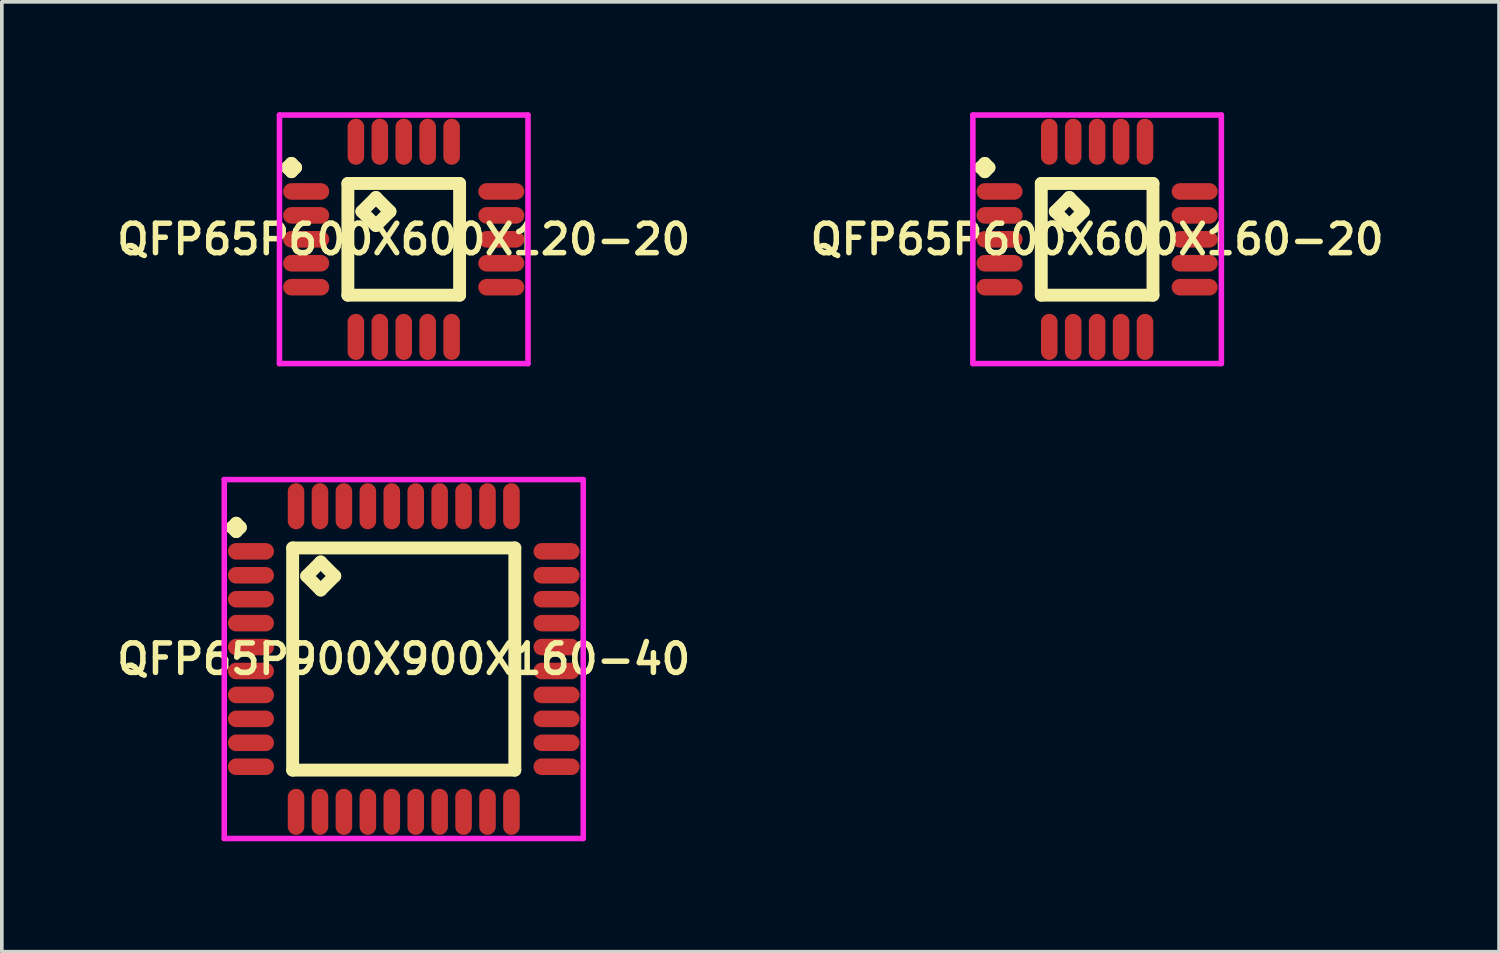
<source format=kicad_pcb>
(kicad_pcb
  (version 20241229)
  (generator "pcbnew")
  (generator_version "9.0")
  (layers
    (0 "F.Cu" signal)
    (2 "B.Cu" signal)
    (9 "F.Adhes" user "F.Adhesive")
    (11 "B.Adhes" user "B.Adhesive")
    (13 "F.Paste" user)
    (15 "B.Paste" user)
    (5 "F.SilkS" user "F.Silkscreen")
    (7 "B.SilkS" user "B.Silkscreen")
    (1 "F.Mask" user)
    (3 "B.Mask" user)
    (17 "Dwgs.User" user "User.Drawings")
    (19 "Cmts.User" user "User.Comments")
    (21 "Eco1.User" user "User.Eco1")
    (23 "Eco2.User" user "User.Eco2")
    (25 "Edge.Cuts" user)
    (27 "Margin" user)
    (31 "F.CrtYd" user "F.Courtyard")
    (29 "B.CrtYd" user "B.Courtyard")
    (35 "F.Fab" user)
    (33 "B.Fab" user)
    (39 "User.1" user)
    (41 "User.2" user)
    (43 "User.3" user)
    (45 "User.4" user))
  (footprint "QFP65P900X900X160-40"
    (layer "F.Cu")
    (at 7.916 14.85)
    (property "Reference" "QFP65P900X900X160-40" (at 0 0 0) (layer "F.SilkS") (effects (font (size 0.8 0.8) (thickness 0.15))))
    (attr smd)
    (fp_line (start -4.662 -3.575) (end -4.55 -3.688) (stroke (width 0.35) (type solid)) (layer "F.SilkS"))
    (fp_line (start -4.55 -3.688) (end -4.438 -3.575) (stroke (width 0.35) (type solid)) (layer "F.SilkS"))
    (fp_line (start -4.55 -3.462) (end -4.662 -3.575) (stroke (width 0.35) (type solid)) (layer "F.SilkS"))
    (fp_line (start -4.438 -3.575) (end -4.55 -3.462) (stroke (width 0.35) (type solid)) (layer "F.SilkS"))
    (fp_line (start -3.017 -3.017) (end -3.017 3.017) (stroke (width 0.35) (type solid)) (layer "F.SilkS"))
    (fp_line (start -3.017 3.017) (end 3.017 3.017) (stroke (width 0.35) (type solid)) (layer "F.SilkS"))
    (fp_line (start -2.636 -2.255) (end -2.255 -2.636) (stroke (width 0.35) (type solid)) (layer "F.SilkS"))
    (fp_line (start -2.255 -2.636) (end -1.874 -2.255) (stroke (width 0.35) (type solid)) (layer "F.SilkS"))
    (fp_line (start -2.255 -1.874) (end -2.636 -2.255) (stroke (width 0.35) (type solid)) (layer "F.SilkS"))
    (fp_line (start -1.874 -2.255) (end -2.255 -1.874) (stroke (width 0.35) (type solid)) (layer "F.SilkS"))
    (fp_line (start 3.017 -3.017) (end -3.017 -3.017) (stroke (width 0.35) (type solid)) (layer "F.SilkS"))
    (fp_line (start 3.017 3.017) (end 3.017 -3.017) (stroke (width 0.35) (type solid)) (layer "F.SilkS"))
    (fp_line (start -4.875 -4.875) (end 4.875 -4.875) (stroke (width 0.15) (type solid)) (layer "F.CrtYd"))
    (fp_line (start -4.875 4.875) (end -4.875 -4.875) (stroke (width 0.15) (type solid)) (layer "F.CrtYd"))
    (fp_line (start 4.875 -4.875) (end 4.875 4.875) (stroke (width 0.15) (type solid)) (layer "F.CrtYd"))
    (fp_line (start 4.875 4.875) (end -4.875 4.875) (stroke (width 0.15) (type solid)) (layer "F.CrtYd"))
    (pad "1" smd oval (at -4.15 -2.925) (size 1.25 0.45) (layers "F.Cu" "F.Mask" "F.Paste"))
    (pad "2" smd oval (at -4.15 -2.275) (size 1.25 0.45) (layers "F.Cu" "F.Mask" "F.Paste"))
    (pad "3" smd oval (at -4.15 -1.625) (size 1.25 0.45) (layers "F.Cu" "F.Mask" "F.Paste"))
    (pad "4" smd oval (at -4.15 -0.975) (size 1.25 0.45) (layers "F.Cu" "F.Mask" "F.Paste"))
    (pad "5" smd oval (at -4.15 -0.325) (size 1.25 0.45) (layers "F.Cu" "F.Mask" "F.Paste"))
    (pad "6" smd oval (at -4.15 0.325) (size 1.25 0.45) (layers "F.Cu" "F.Mask" "F.Paste"))
    (pad "7" smd oval (at -4.15 0.975) (size 1.25 0.45) (layers "F.Cu" "F.Mask" "F.Paste"))
    (pad "8" smd oval (at -4.15 1.625) (size 1.25 0.45) (layers "F.Cu" "F.Mask" "F.Paste"))
    (pad "9" smd oval (at -4.15 2.275) (size 1.25 0.45) (layers "F.Cu" "F.Mask" "F.Paste"))
    (pad "10" smd oval (at -4.15 2.925) (size 1.25 0.45) (layers "F.Cu" "F.Mask" "F.Paste"))
    (pad "11" smd oval (at -2.925 4.15) (size 0.45 1.25) (layers "F.Cu" "F.Mask" "F.Paste"))
    (pad "12" smd oval (at -2.275 4.15) (size 0.45 1.25) (layers "F.Cu" "F.Mask" "F.Paste"))
    (pad "13" smd oval (at -1.625 4.15) (size 0.45 1.25) (layers "F.Cu" "F.Mask" "F.Paste"))
    (pad "14" smd oval (at -0.975 4.15) (size 0.45 1.25) (layers "F.Cu" "F.Mask" "F.Paste"))
    (pad "15" smd oval (at -0.325 4.15) (size 0.45 1.25) (layers "F.Cu" "F.Mask" "F.Paste"))
    (pad "16" smd oval (at 0.325 4.15) (size 0.45 1.25) (layers "F.Cu" "F.Mask" "F.Paste"))
    (pad "17" smd oval (at 0.975 4.15) (size 0.45 1.25) (layers "F.Cu" "F.Mask" "F.Paste"))
    (pad "18" smd oval (at 1.625 4.15) (size 0.45 1.25) (layers "F.Cu" "F.Mask" "F.Paste"))
    (pad "19" smd oval (at 2.275 4.15) (size 0.45 1.25) (layers "F.Cu" "F.Mask" "F.Paste"))
    (pad "20" smd oval (at 2.925 4.15) (size 0.45 1.25) (layers "F.Cu" "F.Mask" "F.Paste"))
    (pad "21" smd oval (at 4.15 2.925) (size 1.25 0.45) (layers "F.Cu" "F.Mask" "F.Paste"))
    (pad "22" smd oval (at 4.15 2.275) (size 1.25 0.45) (layers "F.Cu" "F.Mask" "F.Paste"))
    (pad "23" smd oval (at 4.15 1.625) (size 1.25 0.45) (layers "F.Cu" "F.Mask" "F.Paste"))
    (pad "24" smd oval (at 4.15 0.975) (size 1.25 0.45) (layers "F.Cu" "F.Mask" "F.Paste"))
    (pad "25" smd oval (at 4.15 0.325) (size 1.25 0.45) (layers "F.Cu" "F.Mask" "F.Paste"))
    (pad "26" smd oval (at 4.15 -0.325) (size 1.25 0.45) (layers "F.Cu" "F.Mask" "F.Paste"))
    (pad "27" smd oval (at 4.15 -0.975) (size 1.25 0.45) (layers "F.Cu" "F.Mask" "F.Paste"))
    (pad "28" smd oval (at 4.15 -1.625) (size 1.25 0.45) (layers "F.Cu" "F.Mask" "F.Paste"))
    (pad "29" smd oval (at 4.15 -2.275) (size 1.25 0.45) (layers "F.Cu" "F.Mask" "F.Paste"))
    (pad "30" smd oval (at 4.15 -2.925) (size 1.25 0.45) (layers "F.Cu" "F.Mask" "F.Paste"))
    (pad "31" smd oval (at 2.925 -4.15) (size 0.45 1.25) (layers "F.Cu" "F.Mask" "F.Paste"))
    (pad "32" smd oval (at 2.275 -4.15) (size 0.45 1.25) (layers "F.Cu" "F.Mask" "F.Paste"))
    (pad "33" smd oval (at 1.625 -4.15) (size 0.45 1.25) (layers "F.Cu" "F.Mask" "F.Paste"))
    (pad "34" smd oval (at 0.975 -4.15) (size 0.45 1.25) (layers "F.Cu" "F.Mask" "F.Paste"))
    (pad "35" smd oval (at 0.325 -4.15) (size 0.45 1.25) (layers "F.Cu" "F.Mask" "F.Paste"))
    (pad "36" smd oval (at -0.325 -4.15) (size 0.45 1.25) (layers "F.Cu" "F.Mask" "F.Paste"))
    (pad "37" smd oval (at -0.975 -4.15) (size 0.45 1.25) (layers "F.Cu" "F.Mask" "F.Paste"))
    (pad "38" smd oval (at -1.625 -4.15) (size 0.45 1.25) (layers "F.Cu" "F.Mask" "F.Paste"))
    (pad "39" smd oval (at -2.275 -4.15) (size 0.45 1.25) (layers "F.Cu" "F.Mask" "F.Paste"))
    (pad "40" smd oval (at -2.925 -4.15) (size 0.45 1.25) (layers "F.Cu" "F.Mask" "F.Paste")))
  (footprint "QFP65P600X600X120-20"
    (layer "F.Cu")
    (at 7.916 3.45)
    (property "Reference" "QFP65P600X600X120-20" (at 0 0 0) (layer "F.SilkS") (effects (font (size 0.8 0.8) (thickness 0.15))))
    (attr smd)
    (fp_line (start -3.163 -1.95) (end -3.05 -2.062) (stroke (width 0.35) (type solid)) (layer "F.SilkS"))
    (fp_line (start -3.05 -2.062) (end -2.938 -1.95) (stroke (width 0.35) (type solid)) (layer "F.SilkS"))
    (fp_line (start -3.05 -1.837) (end -3.163 -1.95) (stroke (width 0.35) (type solid)) (layer "F.SilkS"))
    (fp_line (start -2.938 -1.95) (end -3.05 -1.837) (stroke (width 0.35) (type solid)) (layer "F.SilkS"))
    (fp_line (start -1.517 -1.517) (end -1.517 1.517) (stroke (width 0.35) (type solid)) (layer "F.SilkS"))
    (fp_line (start -1.517 1.517) (end 1.517 1.517) (stroke (width 0.35) (type solid)) (layer "F.SilkS"))
    (fp_line (start -1.136 -0.755) (end -0.755 -1.136) (stroke (width 0.35) (type solid)) (layer "F.SilkS"))
    (fp_line (start -0.755 -1.136) (end -0.374 -0.755) (stroke (width 0.35) (type solid)) (layer "F.SilkS"))
    (fp_line (start -0.755 -0.374) (end -1.136 -0.755) (stroke (width 0.35) (type solid)) (layer "F.SilkS"))
    (fp_line (start -0.374 -0.755) (end -0.755 -0.374) (stroke (width 0.35) (type solid)) (layer "F.SilkS"))
    (fp_line (start 1.517 -1.517) (end -1.517 -1.517) (stroke (width 0.35) (type solid)) (layer "F.SilkS"))
    (fp_line (start 1.517 1.517) (end 1.517 -1.517) (stroke (width 0.35) (type solid)) (layer "F.SilkS"))
    (fp_line (start -3.375 -3.375) (end 3.375 -3.375) (stroke (width 0.15) (type solid)) (layer "F.CrtYd"))
    (fp_line (start -3.375 3.375) (end -3.375 -3.375) (stroke (width 0.15) (type solid)) (layer "F.CrtYd"))
    (fp_line (start 3.375 -3.375) (end 3.375 3.375) (stroke (width 0.15) (type solid)) (layer "F.CrtYd"))
    (fp_line (start 3.375 3.375) (end -3.375 3.375) (stroke (width 0.15) (type solid)) (layer "F.CrtYd"))
    (pad "1" smd oval (at -2.65 -1.3) (size 1.25 0.45) (layers "F.Cu" "F.Mask" "F.Paste"))
    (pad "2" smd oval (at -2.65 -0.65) (size 1.25 0.45) (layers "F.Cu" "F.Mask" "F.Paste"))
    (pad "3" smd oval (at -2.65 0) (size 1.25 0.45) (layers "F.Cu" "F.Mask" "F.Paste"))
    (pad "4" smd oval (at -2.65 0.65) (size 1.25 0.45) (layers "F.Cu" "F.Mask" "F.Paste"))
    (pad "5" smd oval (at -2.65 1.3) (size 1.25 0.45) (layers "F.Cu" "F.Mask" "F.Paste"))
    (pad "6" smd oval (at -1.3 2.65) (size 0.45 1.25) (layers "F.Cu" "F.Mask" "F.Paste"))
    (pad "7" smd oval (at -0.65 2.65) (size 0.45 1.25) (layers "F.Cu" "F.Mask" "F.Paste"))
    (pad "8" smd oval (at 0 2.65) (size 0.45 1.25) (layers "F.Cu" "F.Mask" "F.Paste"))
    (pad "9" smd oval (at 0.65 2.65) (size 0.45 1.25) (layers "F.Cu" "F.Mask" "F.Paste"))
    (pad "10" smd oval (at 1.3 2.65) (size 0.45 1.25) (layers "F.Cu" "F.Mask" "F.Paste"))
    (pad "11" smd oval (at 2.65 1.3) (size 1.25 0.45) (layers "F.Cu" "F.Mask" "F.Paste"))
    (pad "12" smd oval (at 2.65 0.65) (size 1.25 0.45) (layers "F.Cu" "F.Mask" "F.Paste"))
    (pad "13" smd oval (at 2.65 0) (size 1.25 0.45) (layers "F.Cu" "F.Mask" "F.Paste"))
    (pad "14" smd oval (at 2.65 -0.65) (size 1.25 0.45) (layers "F.Cu" "F.Mask" "F.Paste"))
    (pad "15" smd oval (at 2.65 -1.3) (size 1.25 0.45) (layers "F.Cu" "F.Mask" "F.Paste"))
    (pad "16" smd oval (at 1.3 -2.65) (size 0.45 1.25) (layers "F.Cu" "F.Mask" "F.Paste"))
    (pad "17" smd oval (at 0.65 -2.65) (size 0.45 1.25) (layers "F.Cu" "F.Mask" "F.Paste"))
    (pad "18" smd oval (at 0 -2.65) (size 0.45 1.25) (layers "F.Cu" "F.Mask" "F.Paste"))
    (pad "19" smd oval (at -0.65 -2.65) (size 0.45 1.25) (layers "F.Cu" "F.Mask" "F.Paste"))
    (pad "20" smd oval (at -1.3 -2.65) (size 0.45 1.25) (layers "F.Cu" "F.Mask" "F.Paste")))
  (footprint "QFP65P600X600X160-20"
    (layer "F.Cu")
    (at 26.749 3.45)
    (property "Reference" "QFP65P600X600X160-20" (at 0 0 0) (layer "F.SilkS") (effects (font (size 0.8 0.8) (thickness 0.15))))
    (attr smd)
    (fp_line (start -3.163 -1.95) (end -3.05 -2.062) (stroke (width 0.35) (type solid)) (layer "F.SilkS"))
    (fp_line (start -3.05 -2.062) (end -2.938 -1.95) (stroke (width 0.35) (type solid)) (layer "F.SilkS"))
    (fp_line (start -3.05 -1.837) (end -3.163 -1.95) (stroke (width 0.35) (type solid)) (layer "F.SilkS"))
    (fp_line (start -2.938 -1.95) (end -3.05 -1.837) (stroke (width 0.35) (type solid)) (layer "F.SilkS"))
    (fp_line (start -1.517 -1.517) (end -1.517 1.517) (stroke (width 0.35) (type solid)) (layer "F.SilkS"))
    (fp_line (start -1.517 1.517) (end 1.517 1.517) (stroke (width 0.35) (type solid)) (layer "F.SilkS"))
    (fp_line (start -1.136 -0.755) (end -0.755 -1.136) (stroke (width 0.35) (type solid)) (layer "F.SilkS"))
    (fp_line (start -0.755 -1.136) (end -0.374 -0.755) (stroke (width 0.35) (type solid)) (layer "F.SilkS"))
    (fp_line (start -0.755 -0.374) (end -1.136 -0.755) (stroke (width 0.35) (type solid)) (layer "F.SilkS"))
    (fp_line (start -0.374 -0.755) (end -0.755 -0.374) (stroke (width 0.35) (type solid)) (layer "F.SilkS"))
    (fp_line (start 1.517 -1.517) (end -1.517 -1.517) (stroke (width 0.35) (type solid)) (layer "F.SilkS"))
    (fp_line (start 1.517 1.517) (end 1.517 -1.517) (stroke (width 0.35) (type solid)) (layer "F.SilkS"))
    (fp_line (start -3.375 -3.375) (end 3.375 -3.375) (stroke (width 0.15) (type solid)) (layer "F.CrtYd"))
    (fp_line (start -3.375 3.375) (end -3.375 -3.375) (stroke (width 0.15) (type solid)) (layer "F.CrtYd"))
    (fp_line (start 3.375 -3.375) (end 3.375 3.375) (stroke (width 0.15) (type solid)) (layer "F.CrtYd"))
    (fp_line (start 3.375 3.375) (end -3.375 3.375) (stroke (width 0.15) (type solid)) (layer "F.CrtYd"))
    (pad "1" smd oval (at -2.65 -1.3) (size 1.25 0.45) (layers "F.Cu" "F.Mask" "F.Paste"))
    (pad "2" smd oval (at -2.65 -0.65) (size 1.25 0.45) (layers "F.Cu" "F.Mask" "F.Paste"))
    (pad "3" smd oval (at -2.65 0) (size 1.25 0.45) (layers "F.Cu" "F.Mask" "F.Paste"))
    (pad "4" smd oval (at -2.65 0.65) (size 1.25 0.45) (layers "F.Cu" "F.Mask" "F.Paste"))
    (pad "5" smd oval (at -2.65 1.3) (size 1.25 0.45) (layers "F.Cu" "F.Mask" "F.Paste"))
    (pad "6" smd oval (at -1.3 2.65) (size 0.45 1.25) (layers "F.Cu" "F.Mask" "F.Paste"))
    (pad "7" smd oval (at -0.65 2.65) (size 0.45 1.25) (layers "F.Cu" "F.Mask" "F.Paste"))
    (pad "8" smd oval (at 0 2.65) (size 0.45 1.25) (layers "F.Cu" "F.Mask" "F.Paste"))
    (pad "9" smd oval (at 0.65 2.65) (size 0.45 1.25) (layers "F.Cu" "F.Mask" "F.Paste"))
    (pad "10" smd oval (at 1.3 2.65) (size 0.45 1.25) (layers "F.Cu" "F.Mask" "F.Paste"))
    (pad "11" smd oval (at 2.65 1.3) (size 1.25 0.45) (layers "F.Cu" "F.Mask" "F.Paste"))
    (pad "12" smd oval (at 2.65 0.65) (size 1.25 0.45) (layers "F.Cu" "F.Mask" "F.Paste"))
    (pad "13" smd oval (at 2.65 0) (size 1.25 0.45) (layers "F.Cu" "F.Mask" "F.Paste"))
    (pad "14" smd oval (at 2.65 -0.65) (size 1.25 0.45) (layers "F.Cu" "F.Mask" "F.Paste"))
    (pad "15" smd oval (at 2.65 -1.3) (size 1.25 0.45) (layers "F.Cu" "F.Mask" "F.Paste"))
    (pad "16" smd oval (at 1.3 -2.65) (size 0.45 1.25) (layers "F.Cu" "F.Mask" "F.Paste"))
    (pad "17" smd oval (at 0.65 -2.65) (size 0.45 1.25) (layers "F.Cu" "F.Mask" "F.Paste"))
    (pad "18" smd oval (at 0 -2.65) (size 0.45 1.25) (layers "F.Cu" "F.Mask" "F.Paste"))
    (pad "19" smd oval (at -0.65 -2.65) (size 0.45 1.25) (layers "F.Cu" "F.Mask" "F.Paste"))
    (pad "20" smd oval (at -1.3 -2.65) (size 0.45 1.25) (layers "F.Cu" "F.Mask" "F.Paste")))
  (gr_rect
    (start -3 -3)
    (end 37.666 22.8)
    (stroke (width 0.1) (type default))
    (fill no)
    (layer "Edge.Cuts")))
</source>
